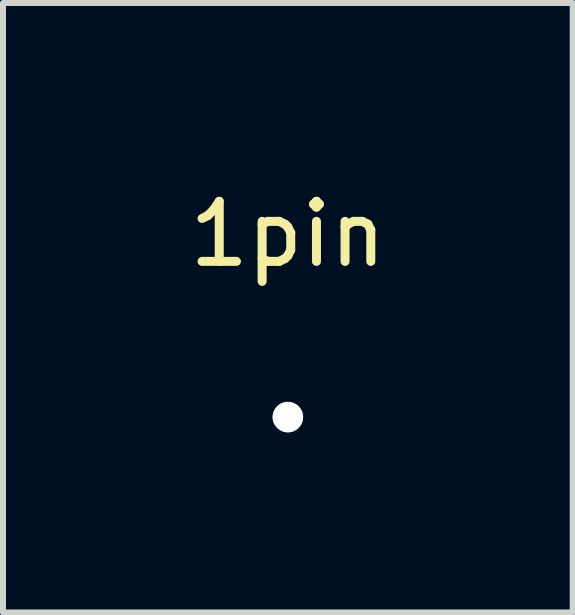
<source format=kicad_pcb>
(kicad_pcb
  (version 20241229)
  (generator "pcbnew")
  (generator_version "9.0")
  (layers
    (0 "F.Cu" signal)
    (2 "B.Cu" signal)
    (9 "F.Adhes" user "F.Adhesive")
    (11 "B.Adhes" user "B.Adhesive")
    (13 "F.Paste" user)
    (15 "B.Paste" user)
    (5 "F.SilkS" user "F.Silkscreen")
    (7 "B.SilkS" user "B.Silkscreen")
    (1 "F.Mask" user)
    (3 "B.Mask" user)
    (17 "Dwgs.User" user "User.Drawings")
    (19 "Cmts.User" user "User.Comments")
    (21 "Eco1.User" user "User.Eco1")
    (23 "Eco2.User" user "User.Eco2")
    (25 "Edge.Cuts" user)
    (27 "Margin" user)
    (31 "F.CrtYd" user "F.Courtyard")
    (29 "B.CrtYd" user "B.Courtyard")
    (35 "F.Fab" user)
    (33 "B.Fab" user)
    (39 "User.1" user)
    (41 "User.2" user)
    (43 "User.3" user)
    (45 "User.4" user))
  (footprint "1pin"
    (layer "F.Cu")
    (at 1.744 3.896)
    (property "Reference" "1pin" (at 0 -3.048 0) (layer "F.SilkS") (effects (font (size 1 1) (thickness 0.15))))
    (attr through_hole)
    (pad "1" thru_hole circle (at 0 0) (size 0.508 0.508) (drill 0.508) (layers "*.Cu" "*.Mask")))
  (gr_rect
    (start -3 -3)
    (end 6.488 7.15)
    (stroke (width 0.1) (type default))
    (fill no)
    (layer "Edge.Cuts")))
</source>
